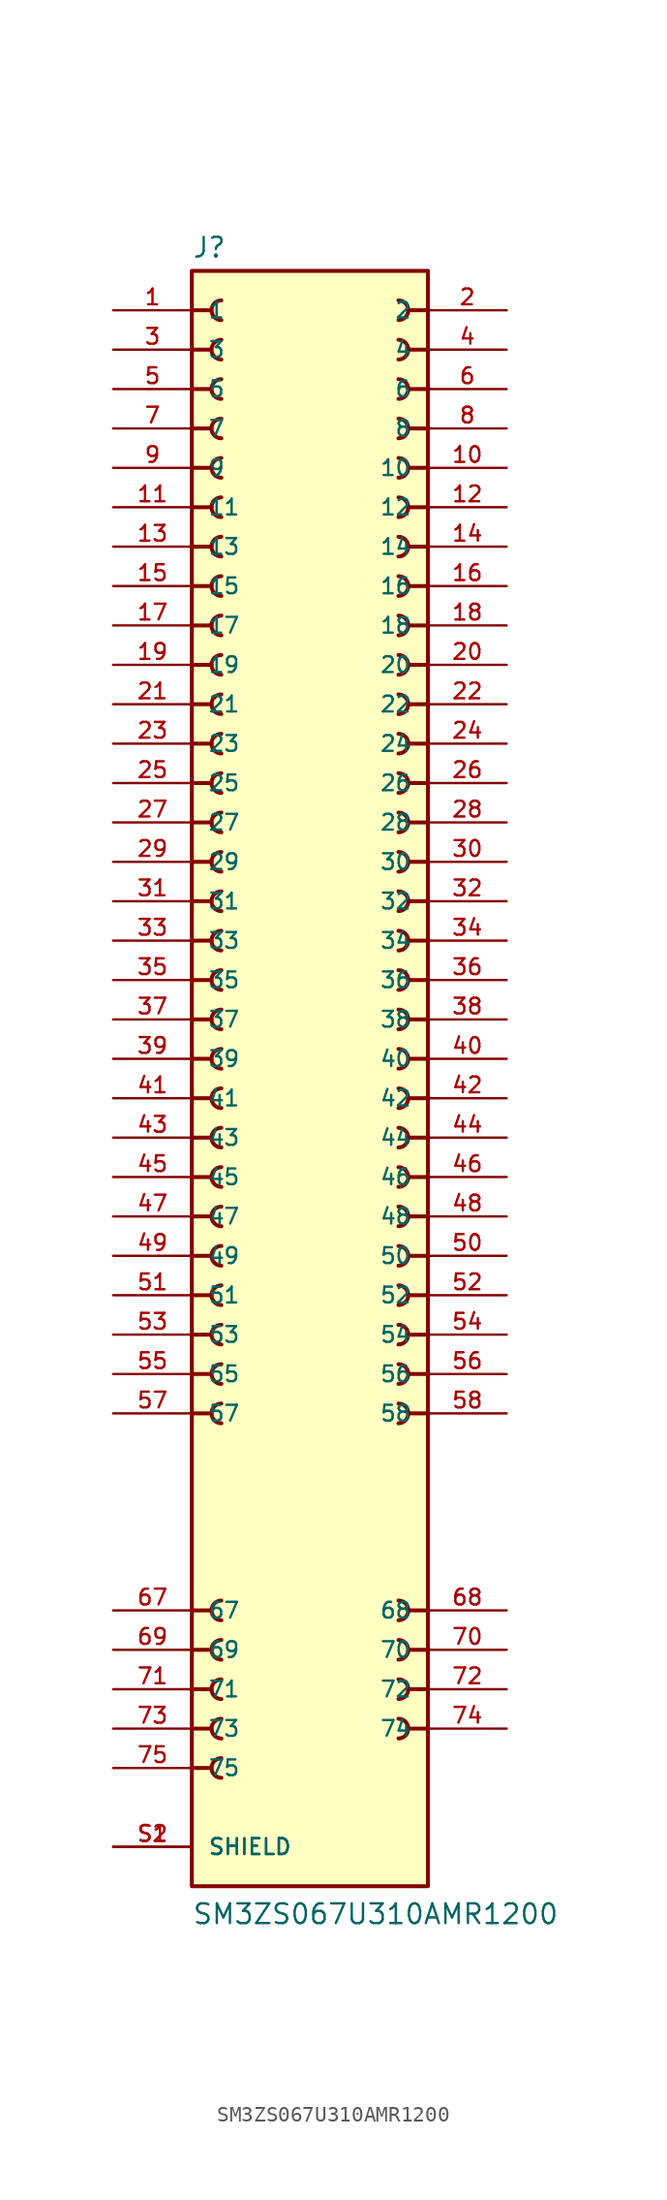
<source format=kicad_sym>
(kicad_symbol_lib
  (version 20231120)
  (generator "kicad_symbol_editor")
  (generator_version "8.0")
  (symbol "SM3ZS067U310AMR1200"
    (pin_names
      (offset 1.016))
    (property "Reference" "J"
      (at -7.62 51.562 0)
      (effects (font (size 1.27 1.27)) (justify left bottom)))
    (property "Value" "SM3ZS067U310AMR1200"
      (at -7.62 -55.88 0)
      (effects (font (size 1.27 1.27)) (justify left bottom)))
    (symbol "SM3ZS067U310AMR1200_0_0"
      (rectangle (start -7.62 -53.34) (end 7.62 50.8) (stroke (width 0.254) (type default)) (fill (type background)))
      (arc (start -5.715 -45.085) (mid -6.3472 -45.72) (end -5.715 -46.355) (stroke (width 0.254) (type default)) (fill (type none)))
      (arc (start -5.715 -42.545) (mid -6.3472 -43.18) (end -5.715 -43.815) (stroke (width 0.254) (type default)) (fill (type none)))
      (arc (start -5.715 -40.005) (mid -6.3472 -40.64) (end -5.715 -41.275) (stroke (width 0.254) (type default)) (fill (type none)))
      (arc (start -5.715 -37.465) (mid -6.3472 -38.1) (end -5.715 -38.735) (stroke (width 0.254) (type default)) (fill (type none)))
      (arc (start -5.715 -34.925) (mid -6.3472 -35.56) (end -5.715 -36.195) (stroke (width 0.254) (type default)) (fill (type none)))
      (arc (start -5.715 -22.225) (mid -6.3472 -22.86) (end -5.715 -23.495) (stroke (width 0.254) (type default)) (fill (type none)))
      (arc (start -5.715 -19.685) (mid -6.3472 -20.32) (end -5.715 -20.955) (stroke (width 0.254) (type default)) (fill (type none)))
      (arc (start -5.715 -17.145) (mid -6.3472 -17.78) (end -5.715 -18.415) (stroke (width 0.254) (type default)) (fill (type none)))
      (arc (start -5.715 -14.605) (mid -6.3472 -15.24) (end -5.715 -15.875) (stroke (width 0.254) (type default)) (fill (type none)))
      (arc (start -5.715 -12.065) (mid -6.3472 -12.7) (end -5.715 -13.335) (stroke (width 0.254) (type default)) (fill (type none)))
      (arc (start -5.715 -9.525) (mid -6.3472 -10.16) (end -5.715 -10.795) (stroke (width 0.254) (type default)) (fill (type none)))
      (arc (start -5.715 -6.985) (mid -6.3472 -7.62) (end -5.715 -8.255) (stroke (width 0.254) (type default)) (fill (type none)))
      (arc (start -5.715 -4.445) (mid -6.3472 -5.08) (end -5.715 -5.715) (stroke (width 0.254) (type default)) (fill (type none)))
      (arc (start -5.715 -1.905) (mid -6.3472 -2.54) (end -5.715 -3.175) (stroke (width 0.254) (type default)) (fill (type none)))
      (arc (start -5.715 0.635) (mid -6.3472 0) (end -5.715 -0.635) (stroke (width 0.254) (type default)) (fill (type none)))
      (arc (start -5.715 3.175) (mid -6.3472 2.54) (end -5.715 1.905) (stroke (width 0.254) (type default)) (fill (type none)))
      (arc (start -5.715 5.715) (mid -6.3472 5.08) (end -5.715 4.445) (stroke (width 0.254) (type default)) (fill (type none)))
      (arc (start -5.715 8.255) (mid -6.3472 7.62) (end -5.715 6.985) (stroke (width 0.254) (type default)) (fill (type none)))
      (arc (start -5.715 10.795) (mid -6.3472 10.16) (end -5.715 9.525) (stroke (width 0.254) (type default)) (fill (type none)))
      (arc (start -5.715 13.335) (mid -6.3472 12.7) (end -5.715 12.065) (stroke (width 0.254) (type default)) (fill (type none)))
      (arc (start -5.715 15.875) (mid -6.3472 15.24) (end -5.715 14.605) (stroke (width 0.254) (type default)) (fill (type none)))
      (arc (start -5.715 18.415) (mid -6.3472 17.78) (end -5.715 17.145) (stroke (width 0.254) (type default)) (fill (type none)))
      (arc (start -5.715 20.955) (mid -6.3472 20.32) (end -5.715 19.685) (stroke (width 0.254) (type default)) (fill (type none)))
      (arc (start -5.715 23.495) (mid -6.3472 22.86) (end -5.715 22.225) (stroke (width 0.254) (type default)) (fill (type none)))
      (arc (start -5.715 26.035) (mid -6.3472 25.4) (end -5.715 24.765) (stroke (width 0.254) (type default)) (fill (type none)))
      (arc (start -5.715 28.575) (mid -6.3472 27.94) (end -5.715 27.305) (stroke (width 0.254) (type default)) (fill (type none)))
      (arc (start -5.715 31.115) (mid -6.3472 30.48) (end -5.715 29.845) (stroke (width 0.254) (type default)) (fill (type none)))
      (arc (start -5.715 33.655) (mid -6.3472 33.02) (end -5.715 32.385) (stroke (width 0.254) (type default)) (fill (type none)))
      (arc (start -5.715 36.195) (mid -6.3472 35.56) (end -5.715 34.925) (stroke (width 0.254) (type default)) (fill (type none)))
      (arc (start -5.715 38.735) (mid -6.3472 38.1) (end -5.715 37.465) (stroke (width 0.254) (type default)) (fill (type none)))
      (arc (start -5.715 41.275) (mid -6.3472 40.64) (end -5.715 40.005) (stroke (width 0.254) (type default)) (fill (type none)))
      (arc (start -5.715 43.815) (mid -6.3472 43.18) (end -5.715 42.545) (stroke (width 0.254) (type default)) (fill (type none)))
      (arc (start -5.715 46.355) (mid -6.3472 45.72) (end -5.715 45.085) (stroke (width 0.254) (type default)) (fill (type none)))
      (arc (start -5.715 48.895) (mid -6.3472 48.26) (end -5.715 47.625) (stroke (width 0.254) (type default)) (fill (type none)))
      (polyline (pts (xy -7.62 -45.72) (xy -6.35 -45.72)) (stroke (width 0.254) (type default)) (fill (type none)))
      (polyline (pts (xy -7.62 -43.18) (xy -6.35 -43.18)) (stroke (width 0.254) (type default)) (fill (type none)))
      (polyline (pts (xy -7.62 -40.64) (xy -6.35 -40.64)) (stroke (width 0.254) (type default)) (fill (type none)))
      (polyline (pts (xy -7.62 -38.1) (xy -6.35 -38.1)) (stroke (width 0.254) (type default)) (fill (type none)))
      (polyline (pts (xy -7.62 -35.56) (xy -6.35 -35.56)) (stroke (width 0.254) (type default)) (fill (type none)))
      (polyline (pts (xy -7.62 -22.86) (xy -6.35 -22.86)) (stroke (width 0.254) (type default)) (fill (type none)))
      (polyline (pts (xy -7.62 -20.32) (xy -6.35 -20.32)) (stroke (width 0.254) (type default)) (fill (type none)))
      (polyline (pts (xy -7.62 -17.78) (xy -6.35 -17.78)) (stroke (width 0.254) (type default)) (fill (type none)))
      (polyline (pts (xy -7.62 -15.24) (xy -6.35 -15.24)) (stroke (width 0.254) (type default)) (fill (type none)))
      (polyline (pts (xy -7.62 -12.7) (xy -6.35 -12.7)) (stroke (width 0.254) (type default)) (fill (type none)))
      (polyline (pts (xy -7.62 -10.16) (xy -6.35 -10.16)) (stroke (width 0.254) (type default)) (fill (type none)))
      (polyline (pts (xy -7.62 -7.62) (xy -6.35 -7.62)) (stroke (width 0.254) (type default)) (fill (type none)))
      (polyline (pts (xy -7.62 -5.08) (xy -6.35 -5.08)) (stroke (width 0.254) (type default)) (fill (type none)))
      (polyline (pts (xy -7.62 -2.54) (xy -6.35 -2.54)) (stroke (width 0.254) (type default)) (fill (type none)))
      (polyline (pts (xy -7.62 0) (xy -6.35 0)) (stroke (width 0.254) (type default)) (fill (type none)))
      (polyline (pts (xy -7.62 2.54) (xy -6.35 2.54)) (stroke (width 0.254) (type default)) (fill (type none)))
      (polyline (pts (xy -7.62 5.08) (xy -6.35 5.08)) (stroke (width 0.254) (type default)) (fill (type none)))
      (polyline (pts (xy -7.62 7.62) (xy -6.35 7.62)) (stroke (width 0.254) (type default)) (fill (type none)))
      (polyline (pts (xy -7.62 10.16) (xy -6.35 10.16)) (stroke (width 0.254) (type default)) (fill (type none)))
      (polyline (pts (xy -7.62 12.7) (xy -6.35 12.7)) (stroke (width 0.254) (type default)) (fill (type none)))
      (polyline (pts (xy -7.62 15.24) (xy -6.35 15.24)) (stroke (width 0.254) (type default)) (fill (type none)))
      (polyline (pts (xy -7.62 17.78) (xy -6.35 17.78)) (stroke (width 0.254) (type default)) (fill (type none)))
      (polyline (pts (xy -7.62 20.32) (xy -6.35 20.32)) (stroke (width 0.254) (type default)) (fill (type none)))
      (polyline (pts (xy -7.62 22.86) (xy -6.35 22.86)) (stroke (width 0.254) (type default)) (fill (type none)))
      (polyline (pts (xy -7.62 25.4) (xy -6.35 25.4)) (stroke (width 0.254) (type default)) (fill (type none)))
      (polyline (pts (xy -7.62 27.94) (xy -6.35 27.94)) (stroke (width 0.254) (type default)) (fill (type none)))
      (polyline (pts (xy -7.62 30.48) (xy -6.35 30.48)) (stroke (width 0.254) (type default)) (fill (type none)))
      (polyline (pts (xy -7.62 33.02) (xy -6.35 33.02)) (stroke (width 0.254) (type default)) (fill (type none)))
      (polyline (pts (xy -7.62 35.56) (xy -6.35 35.56)) (stroke (width 0.254) (type default)) (fill (type none)))
      (polyline (pts (xy -7.62 38.1) (xy -6.35 38.1)) (stroke (width 0.254) (type default)) (fill (type none)))
      (polyline (pts (xy -7.62 40.64) (xy -6.35 40.64)) (stroke (width 0.254) (type default)) (fill (type none)))
      (polyline (pts (xy -7.62 43.18) (xy -6.35 43.18)) (stroke (width 0.254) (type default)) (fill (type none)))
      (polyline (pts (xy -7.62 45.72) (xy -6.35 45.72)) (stroke (width 0.254) (type default)) (fill (type none)))
      (polyline (pts (xy -7.62 48.26) (xy -6.35 48.26)) (stroke (width 0.254) (type default)) (fill (type none)))
      (polyline (pts (xy 7.62 -43.18) (xy 6.35 -43.18)) (stroke (width 0.254) (type default)) (fill (type none)))
      (polyline (pts (xy 7.62 -40.64) (xy 6.35 -40.64)) (stroke (width 0.254) (type default)) (fill (type none)))
      (polyline (pts (xy 7.62 -38.1) (xy 6.35 -38.1)) (stroke (width 0.254) (type default)) (fill (type none)))
      (polyline (pts (xy 7.62 -35.56) (xy 6.35 -35.56)) (stroke (width 0.254) (type default)) (fill (type none)))
      (polyline (pts (xy 7.62 -22.86) (xy 6.35 -22.86)) (stroke (width 0.254) (type default)) (fill (type none)))
      (polyline (pts (xy 7.62 -20.32) (xy 6.35 -20.32)) (stroke (width 0.254) (type default)) (fill (type none)))
      (polyline (pts (xy 7.62 -17.78) (xy 6.35 -17.78)) (stroke (width 0.254) (type default)) (fill (type none)))
      (polyline (pts (xy 7.62 -15.24) (xy 6.35 -15.24)) (stroke (width 0.254) (type default)) (fill (type none)))
      (polyline (pts (xy 7.62 -12.7) (xy 6.35 -12.7)) (stroke (width 0.254) (type default)) (fill (type none)))
      (polyline (pts (xy 7.62 -10.16) (xy 6.35 -10.16)) (stroke (width 0.254) (type default)) (fill (type none)))
      (polyline (pts (xy 7.62 -7.62) (xy 6.35 -7.62)) (stroke (width 0.254) (type default)) (fill (type none)))
      (polyline (pts (xy 7.62 -5.08) (xy 6.35 -5.08)) (stroke (width 0.254) (type default)) (fill (type none)))
      (polyline (pts (xy 7.62 -2.54) (xy 6.35 -2.54)) (stroke (width 0.254) (type default)) (fill (type none)))
      (polyline (pts (xy 7.62 0) (xy 6.35 0)) (stroke (width 0.254) (type default)) (fill (type none)))
      (polyline (pts (xy 7.62 2.54) (xy 6.35 2.54)) (stroke (width 0.254) (type default)) (fill (type none)))
      (polyline (pts (xy 7.62 5.08) (xy 6.35 5.08)) (stroke (width 0.254) (type default)) (fill (type none)))
      (polyline (pts (xy 7.62 7.62) (xy 6.35 7.62)) (stroke (width 0.254) (type default)) (fill (type none)))
      (polyline (pts (xy 7.62 10.16) (xy 6.35 10.16)) (stroke (width 0.254) (type default)) (fill (type none)))
      (polyline (pts (xy 7.62 12.7) (xy 6.35 12.7)) (stroke (width 0.254) (type default)) (fill (type none)))
      (polyline (pts (xy 7.62 15.24) (xy 6.35 15.24)) (stroke (width 0.254) (type default)) (fill (type none)))
      (polyline (pts (xy 7.62 17.78) (xy 6.35 17.78)) (stroke (width 0.254) (type default)) (fill (type none)))
      (polyline (pts (xy 7.62 20.32) (xy 6.35 20.32)) (stroke (width 0.254) (type default)) (fill (type none)))
      (polyline (pts (xy 7.62 22.86) (xy 6.35 22.86)) (stroke (width 0.254) (type default)) (fill (type none)))
      (polyline (pts (xy 7.62 25.4) (xy 6.35 25.4)) (stroke (width 0.254) (type default)) (fill (type none)))
      (polyline (pts (xy 7.62 27.94) (xy 6.35 27.94)) (stroke (width 0.254) (type default)) (fill (type none)))
      (polyline (pts (xy 7.62 30.48) (xy 6.35 30.48)) (stroke (width 0.254) (type default)) (fill (type none)))
      (polyline (pts (xy 7.62 33.02) (xy 6.35 33.02)) (stroke (width 0.254) (type default)) (fill (type none)))
      (polyline (pts (xy 7.62 35.56) (xy 6.35 35.56)) (stroke (width 0.254) (type default)) (fill (type none)))
      (polyline (pts (xy 7.62 38.1) (xy 6.35 38.1)) (stroke (width 0.254) (type default)) (fill (type none)))
      (polyline (pts (xy 7.62 40.64) (xy 6.35 40.64)) (stroke (width 0.254) (type default)) (fill (type none)))
      (polyline (pts (xy 7.62 43.18) (xy 6.35 43.18)) (stroke (width 0.254) (type default)) (fill (type none)))
      (polyline (pts (xy 7.62 45.72) (xy 6.35 45.72)) (stroke (width 0.254) (type default)) (fill (type none)))
      (polyline (pts (xy 7.62 48.26) (xy 6.35 48.26)) (stroke (width 0.254) (type default)) (fill (type none)))
      (arc (start 5.715 -43.815) (mid 6.3472 -43.18) (end 5.715 -42.545) (stroke (width 0.254) (type default)) (fill (type none)))
      (arc (start 5.715 -41.275) (mid 6.3472 -40.64) (end 5.715 -40.005) (stroke (width 0.254) (type default)) (fill (type none)))
      (arc (start 5.715 -38.735) (mid 6.3472 -38.1) (end 5.715 -37.465) (stroke (width 0.254) (type default)) (fill (type none)))
      (arc (start 5.715 -36.195) (mid 6.3472 -35.56) (end 5.715 -34.925) (stroke (width 0.254) (type default)) (fill (type none)))
      (arc (start 5.715 -23.495) (mid 6.3472 -22.86) (end 5.715 -22.225) (stroke (width 0.254) (type default)) (fill (type none)))
      (arc (start 5.715 -20.955) (mid 6.3472 -20.32) (end 5.715 -19.685) (stroke (width 0.254) (type default)) (fill (type none)))
      (arc (start 5.715 -18.415) (mid 6.3472 -17.78) (end 5.715 -17.145) (stroke (width 0.254) (type default)) (fill (type none)))
      (arc (start 5.715 -15.875) (mid 6.3472 -15.24) (end 5.715 -14.605) (stroke (width 0.254) (type default)) (fill (type none)))
      (arc (start 5.715 -13.335) (mid 6.3472 -12.7) (end 5.715 -12.065) (stroke (width 0.254) (type default)) (fill (type none)))
      (arc (start 5.715 -10.795) (mid 6.3472 -10.16) (end 5.715 -9.525) (stroke (width 0.254) (type default)) (fill (type none)))
      (arc (start 5.715 -8.255) (mid 6.3472 -7.62) (end 5.715 -6.985) (stroke (width 0.254) (type default)) (fill (type none)))
      (arc (start 5.715 -5.715) (mid 6.3472 -5.08) (end 5.715 -4.445) (stroke (width 0.254) (type default)) (fill (type none)))
      (arc (start 5.715 -3.175) (mid 6.3472 -2.54) (end 5.715 -1.905) (stroke (width 0.254) (type default)) (fill (type none)))
      (arc (start 5.715 -0.635) (mid 6.3472 0) (end 5.715 0.635) (stroke (width 0.254) (type default)) (fill (type none)))
      (arc (start 5.715 1.905) (mid 6.3472 2.54) (end 5.715 3.175) (stroke (width 0.254) (type default)) (fill (type none)))
      (arc (start 5.715 4.445) (mid 6.3472 5.08) (end 5.715 5.715) (stroke (width 0.254) (type default)) (fill (type none)))
      (arc (start 5.715 6.985) (mid 6.3472 7.62) (end 5.715 8.255) (stroke (width 0.254) (type default)) (fill (type none)))
      (arc (start 5.715 9.525) (mid 6.3472 10.16) (end 5.715 10.795) (stroke (width 0.254) (type default)) (fill (type none)))
      (arc (start 5.715 12.065) (mid 6.3472 12.7) (end 5.715 13.335) (stroke (width 0.254) (type default)) (fill (type none)))
      (arc (start 5.715 14.605) (mid 6.3472 15.24) (end 5.715 15.875) (stroke (width 0.254) (type default)) (fill (type none)))
      (arc (start 5.715 17.145) (mid 6.3472 17.78) (end 5.715 18.415) (stroke (width 0.254) (type default)) (fill (type none)))
      (arc (start 5.715 19.685) (mid 6.3472 20.32) (end 5.715 20.955) (stroke (width 0.254) (type default)) (fill (type none)))
      (arc (start 5.715 22.225) (mid 6.3472 22.86) (end 5.715 23.495) (stroke (width 0.254) (type default)) (fill (type none)))
      (arc (start 5.715 24.765) (mid 6.3472 25.4) (end 5.715 26.035) (stroke (width 0.254) (type default)) (fill (type none)))
      (arc (start 5.715 27.305) (mid 6.3472 27.94) (end 5.715 28.575) (stroke (width 0.254) (type default)) (fill (type none)))
      (arc (start 5.715 29.845) (mid 6.3472 30.48) (end 5.715 31.115) (stroke (width 0.254) (type default)) (fill (type none)))
      (arc (start 5.715 32.385) (mid 6.3472 33.02) (end 5.715 33.655) (stroke (width 0.254) (type default)) (fill (type none)))
      (arc (start 5.715 34.925) (mid 6.3472 35.56) (end 5.715 36.195) (stroke (width 0.254) (type default)) (fill (type none)))
      (arc (start 5.715 37.465) (mid 6.3472 38.1) (end 5.715 38.735) (stroke (width 0.254) (type default)) (fill (type none)))
      (arc (start 5.715 40.005) (mid 6.3472 40.64) (end 5.715 41.275) (stroke (width 0.254) (type default)) (fill (type none)))
      (arc (start 5.715 42.545) (mid 6.3472 43.18) (end 5.715 43.815) (stroke (width 0.254) (type default)) (fill (type none)))
      (arc (start 5.715 45.085) (mid 6.3472 45.72) (end 5.715 46.355) (stroke (width 0.254) (type default)) (fill (type none)))
      (arc (start 5.715 47.625) (mid 6.3472 48.26) (end 5.715 48.895) (stroke (width 0.254) (type default)) (fill (type none)))
      (pin passive line (at -12.7 48.26 0) (length 5.08) (name "1" (effects (font (size 1.016 1.016)))) (number "1" (effects (font (size 1.016 1.016)))))
      (pin passive line (at 12.7 38.1 180) (length 5.08) (name "10" (effects (font (size 1.016 1.016)))) (number "10" (effects (font (size 1.016 1.016)))))
      (pin passive line (at -12.7 35.56 0) (length 5.08) (name "11" (effects (font (size 1.016 1.016)))) (number "11" (effects (font (size 1.016 1.016)))))
      (pin passive line (at 12.7 35.56 180) (length 5.08) (name "12" (effects (font (size 1.016 1.016)))) (number "12" (effects (font (size 1.016 1.016)))))
      (pin passive line (at -12.7 33.02 0) (length 5.08) (name "13" (effects (font (size 1.016 1.016)))) (number "13" (effects (font (size 1.016 1.016)))))
      (pin passive line (at 12.7 33.02 180) (length 5.08) (name "14" (effects (font (size 1.016 1.016)))) (number "14" (effects (font (size 1.016 1.016)))))
      (pin passive line (at -12.7 30.48 0) (length 5.08) (name "15" (effects (font (size 1.016 1.016)))) (number "15" (effects (font (size 1.016 1.016)))))
      (pin passive line (at 12.7 30.48 180) (length 5.08) (name "16" (effects (font (size 1.016 1.016)))) (number "16" (effects (font (size 1.016 1.016)))))
      (pin passive line (at -12.7 27.94 0) (length 5.08) (name "17" (effects (font (size 1.016 1.016)))) (number "17" (effects (font (size 1.016 1.016)))))
      (pin passive line (at 12.7 27.94 180) (length 5.08) (name "18" (effects (font (size 1.016 1.016)))) (number "18" (effects (font (size 1.016 1.016)))))
      (pin passive line (at -12.7 25.4 0) (length 5.08) (name "19" (effects (font (size 1.016 1.016)))) (number "19" (effects (font (size 1.016 1.016)))))
      (pin passive line (at 12.7 48.26 180) (length 5.08) (name "2" (effects (font (size 1.016 1.016)))) (number "2" (effects (font (size 1.016 1.016)))))
      (pin passive line (at 12.7 25.4 180) (length 5.08) (name "20" (effects (font (size 1.016 1.016)))) (number "20" (effects (font (size 1.016 1.016)))))
      (pin passive line (at -12.7 22.86 0) (length 5.08) (name "21" (effects (font (size 1.016 1.016)))) (number "21" (effects (font (size 1.016 1.016)))))
      (pin passive line (at 12.7 22.86 180) (length 5.08) (name "22" (effects (font (size 1.016 1.016)))) (number "22" (effects (font (size 1.016 1.016)))))
      (pin passive line (at -12.7 20.32 0) (length 5.08) (name "23" (effects (font (size 1.016 1.016)))) (number "23" (effects (font (size 1.016 1.016)))))
      (pin passive line (at 12.7 20.32 180) (length 5.08) (name "24" (effects (font (size 1.016 1.016)))) (number "24" (effects (font (size 1.016 1.016)))))
      (pin passive line (at -12.7 17.78 0) (length 5.08) (name "25" (effects (font (size 1.016 1.016)))) (number "25" (effects (font (size 1.016 1.016)))))
      (pin passive line (at 12.7 17.78 180) (length 5.08) (name "26" (effects (font (size 1.016 1.016)))) (number "26" (effects (font (size 1.016 1.016)))))
      (pin passive line (at -12.7 15.24 0) (length 5.08) (name "27" (effects (font (size 1.016 1.016)))) (number "27" (effects (font (size 1.016 1.016)))))
      (pin passive line (at 12.7 15.24 180) (length 5.08) (name "28" (effects (font (size 1.016 1.016)))) (number "28" (effects (font (size 1.016 1.016)))))
      (pin passive line (at -12.7 12.7 0) (length 5.08) (name "29" (effects (font (size 1.016 1.016)))) (number "29" (effects (font (size 1.016 1.016)))))
      (pin passive line (at -12.7 45.72 0) (length 5.08) (name "3" (effects (font (size 1.016 1.016)))) (number "3" (effects (font (size 1.016 1.016)))))
      (pin passive line (at 12.7 12.7 180) (length 5.08) (name "30" (effects (font (size 1.016 1.016)))) (number "30" (effects (font (size 1.016 1.016)))))
      (pin passive line (at -12.7 10.16 0) (length 5.08) (name "31" (effects (font (size 1.016 1.016)))) (number "31" (effects (font (size 1.016 1.016)))))
      (pin passive line (at 12.7 10.16 180) (length 5.08) (name "32" (effects (font (size 1.016 1.016)))) (number "32" (effects (font (size 1.016 1.016)))))
      (pin passive line (at -12.7 7.62 0) (length 5.08) (name "33" (effects (font (size 1.016 1.016)))) (number "33" (effects (font (size 1.016 1.016)))))
      (pin passive line (at 12.7 7.62 180) (length 5.08) (name "34" (effects (font (size 1.016 1.016)))) (number "34" (effects (font (size 1.016 1.016)))))
      (pin passive line (at -12.7 5.08 0) (length 5.08) (name "35" (effects (font (size 1.016 1.016)))) (number "35" (effects (font (size 1.016 1.016)))))
      (pin passive line (at 12.7 5.08 180) (length 5.08) (name "36" (effects (font (size 1.016 1.016)))) (number "36" (effects (font (size 1.016 1.016)))))
      (pin passive line (at -12.7 2.54 0) (length 5.08) (name "37" (effects (font (size 1.016 1.016)))) (number "37" (effects (font (size 1.016 1.016)))))
      (pin passive line (at 12.7 2.54 180) (length 5.08) (name "38" (effects (font (size 1.016 1.016)))) (number "38" (effects (font (size 1.016 1.016)))))
      (pin passive line (at -12.7 0 0) (length 5.08) (name "39" (effects (font (size 1.016 1.016)))) (number "39" (effects (font (size 1.016 1.016)))))
      (pin passive line (at 12.7 45.72 180) (length 5.08) (name "4" (effects (font (size 1.016 1.016)))) (number "4" (effects (font (size 1.016 1.016)))))
      (pin passive line (at 12.7 0 180) (length 5.08) (name "40" (effects (font (size 1.016 1.016)))) (number "40" (effects (font (size 1.016 1.016)))))
      (pin passive line (at -12.7 -2.54 0) (length 5.08) (name "41" (effects (font (size 1.016 1.016)))) (number "41" (effects (font (size 1.016 1.016)))))
      (pin passive line (at 12.7 -2.54 180) (length 5.08) (name "42" (effects (font (size 1.016 1.016)))) (number "42" (effects (font (size 1.016 1.016)))))
      (pin passive line (at -12.7 -5.08 0) (length 5.08) (name "43" (effects (font (size 1.016 1.016)))) (number "43" (effects (font (size 1.016 1.016)))))
      (pin passive line (at 12.7 -5.08 180) (length 5.08) (name "44" (effects (font (size 1.016 1.016)))) (number "44" (effects (font (size 1.016 1.016)))))
      (pin passive line (at -12.7 -7.62 0) (length 5.08) (name "45" (effects (font (size 1.016 1.016)))) (number "45" (effects (font (size 1.016 1.016)))))
      (pin passive line (at 12.7 -7.62 180) (length 5.08) (name "46" (effects (font (size 1.016 1.016)))) (number "46" (effects (font (size 1.016 1.016)))))
      (pin passive line (at -12.7 -10.16 0) (length 5.08) (name "47" (effects (font (size 1.016 1.016)))) (number "47" (effects (font (size 1.016 1.016)))))
      (pin passive line (at 12.7 -10.16 180) (length 5.08) (name "48" (effects (font (size 1.016 1.016)))) (number "48" (effects (font (size 1.016 1.016)))))
      (pin passive line (at -12.7 -12.7 0) (length 5.08) (name "49" (effects (font (size 1.016 1.016)))) (number "49" (effects (font (size 1.016 1.016)))))
      (pin passive line (at -12.7 43.18 0) (length 5.08) (name "5" (effects (font (size 1.016 1.016)))) (number "5" (effects (font (size 1.016 1.016)))))
      (pin passive line (at 12.7 -12.7 180) (length 5.08) (name "50" (effects (font (size 1.016 1.016)))) (number "50" (effects (font (size 1.016 1.016)))))
      (pin passive line (at -12.7 -15.24 0) (length 5.08) (name "51" (effects (font (size 1.016 1.016)))) (number "51" (effects (font (size 1.016 1.016)))))
      (pin passive line (at 12.7 -15.24 180) (length 5.08) (name "52" (effects (font (size 1.016 1.016)))) (number "52" (effects (font (size 1.016 1.016)))))
      (pin passive line (at -12.7 -17.78 0) (length 5.08) (name "53" (effects (font (size 1.016 1.016)))) (number "53" (effects (font (size 1.016 1.016)))))
      (pin passive line (at 12.7 -17.78 180) (length 5.08) (name "54" (effects (font (size 1.016 1.016)))) (number "54" (effects (font (size 1.016 1.016)))))
      (pin passive line (at -12.7 -20.32 0) (length 5.08) (name "55" (effects (font (size 1.016 1.016)))) (number "55" (effects (font (size 1.016 1.016)))))
      (pin passive line (at 12.7 -20.32 180) (length 5.08) (name "56" (effects (font (size 1.016 1.016)))) (number "56" (effects (font (size 1.016 1.016)))))
      (pin passive line (at -12.7 -22.86 0) (length 5.08) (name "57" (effects (font (size 1.016 1.016)))) (number "57" (effects (font (size 1.016 1.016)))))
      (pin passive line (at 12.7 -22.86 180) (length 5.08) (name "58" (effects (font (size 1.016 1.016)))) (number "58" (effects (font (size 1.016 1.016)))))
      (pin passive line (at 12.7 43.18 180) (length 5.08) (name "6" (effects (font (size 1.016 1.016)))) (number "6" (effects (font (size 1.016 1.016)))))
      (pin passive line (at -12.7 -35.56 0) (length 5.08) (name "67" (effects (font (size 1.016 1.016)))) (number "67" (effects (font (size 1.016 1.016)))))
      (pin passive line (at 12.7 -35.56 180) (length 5.08) (name "68" (effects (font (size 1.016 1.016)))) (number "68" (effects (font (size 1.016 1.016)))))
      (pin passive line (at -12.7 -38.1 0) (length 5.08) (name "69" (effects (font (size 1.016 1.016)))) (number "69" (effects (font (size 1.016 1.016)))))
      (pin passive line (at -12.7 40.64 0) (length 5.08) (name "7" (effects (font (size 1.016 1.016)))) (number "7" (effects (font (size 1.016 1.016)))))
      (pin passive line (at 12.7 -38.1 180) (length 5.08) (name "70" (effects (font (size 1.016 1.016)))) (number "70" (effects (font (size 1.016 1.016)))))
      (pin passive line (at -12.7 -40.64 0) (length 5.08) (name "71" (effects (font (size 1.016 1.016)))) (number "71" (effects (font (size 1.016 1.016)))))
      (pin passive line (at 12.7 -40.64 180) (length 5.08) (name "72" (effects (font (size 1.016 1.016)))) (number "72" (effects (font (size 1.016 1.016)))))
      (pin passive line (at -12.7 -43.18 0) (length 5.08) (name "73" (effects (font (size 1.016 1.016)))) (number "73" (effects (font (size 1.016 1.016)))))
      (pin passive line (at 12.7 -43.18 180) (length 5.08) (name "74" (effects (font (size 1.016 1.016)))) (number "74" (effects (font (size 1.016 1.016)))))
      (pin passive line (at -12.7 -45.72 0) (length 5.08) (name "75" (effects (font (size 1.016 1.016)))) (number "75" (effects (font (size 1.016 1.016)))))
      (pin passive line (at 12.7 40.64 180) (length 5.08) (name "8" (effects (font (size 1.016 1.016)))) (number "8" (effects (font (size 1.016 1.016)))))
      (pin passive line (at -12.7 38.1 0) (length 5.08) (name "9" (effects (font (size 1.016 1.016)))) (number "9" (effects (font (size 1.016 1.016)))))
      (pin passive line (at -12.7 -50.8 0) (length 5.08) (name "SHIELD" (effects (font (size 1.016 1.016)))) (number "S1" (effects (font (size 1.016 1.016)))))
      (pin passive line (at -12.7 -50.8 0) (length 5.08) (name "SHIELD" (effects (font (size 1.016 1.016)))) (number "S2" (effects (font (size 1.016 1.016))))))))
</source>
